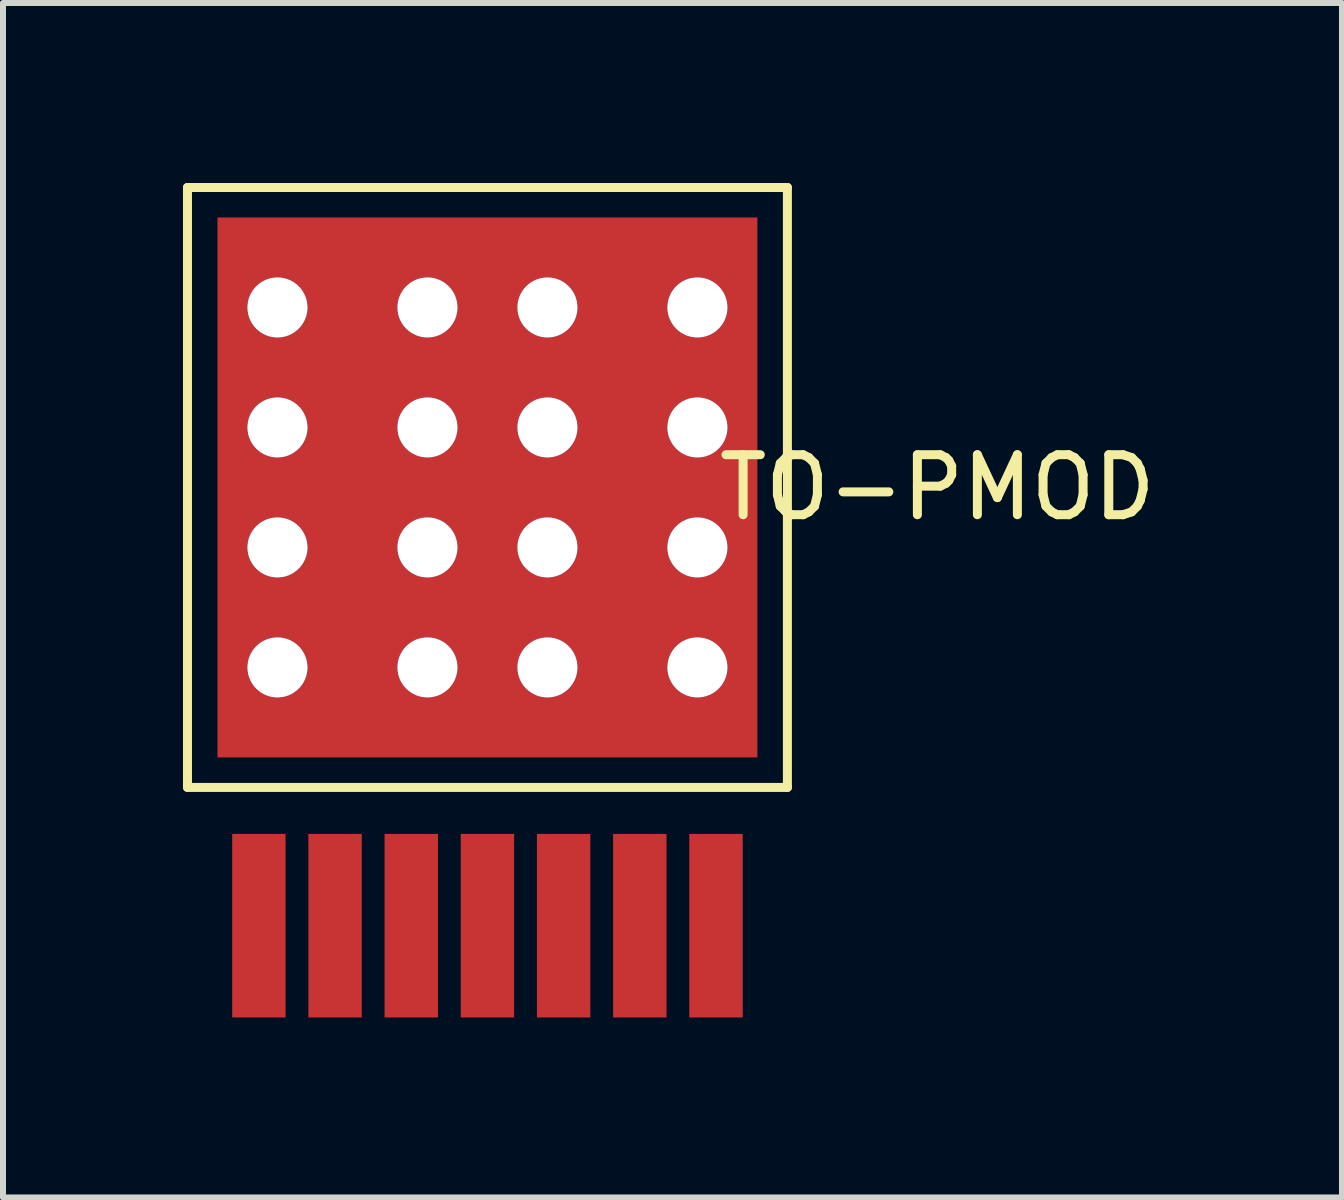
<source format=kicad_pcb>
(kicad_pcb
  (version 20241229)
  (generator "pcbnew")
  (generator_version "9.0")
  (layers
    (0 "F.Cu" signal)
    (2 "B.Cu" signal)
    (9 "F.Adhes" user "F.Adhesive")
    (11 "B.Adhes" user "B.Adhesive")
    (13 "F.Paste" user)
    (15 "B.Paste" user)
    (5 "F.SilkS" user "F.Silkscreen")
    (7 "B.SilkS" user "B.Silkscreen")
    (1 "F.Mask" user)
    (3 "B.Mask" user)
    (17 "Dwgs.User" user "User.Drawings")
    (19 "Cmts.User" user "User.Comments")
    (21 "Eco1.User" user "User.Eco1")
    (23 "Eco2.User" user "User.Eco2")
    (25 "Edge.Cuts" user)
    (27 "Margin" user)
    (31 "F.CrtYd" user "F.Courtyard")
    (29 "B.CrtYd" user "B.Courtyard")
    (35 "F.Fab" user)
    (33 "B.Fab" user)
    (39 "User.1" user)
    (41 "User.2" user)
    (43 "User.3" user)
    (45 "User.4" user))
  (footprint "TO-PMOD"
    (layer "F.Cu")
    (at 5.075 5.075)
    (property "Reference" "TO-PMOD" (at 7.5 0 0) (layer "F.SilkS") (effects (font (size 1 1) (thickness 0.15))))
    (attr through_hole)
    (fp_line (start -5 -5) (end 5 -5) (stroke (width 0.15) (type solid)) (layer "F.SilkS"))
    (fp_line (start -5 5) (end -5 -5) (stroke (width 0.15) (type solid)) (layer "F.SilkS"))
    (fp_line (start 5 -5) (end 5 5) (stroke (width 0.15) (type solid)) (layer "F.SilkS"))
    (fp_line (start 5 5) (end -5 5) (stroke (width 0.15) (type solid)) (layer "F.SilkS"))
    (pad "1" smd rect (at -3.81 7.305) (size 0.89 3.06) (layers "F.Cu" "F.Mask" "F.Paste"))
    (pad "2" smd rect (at -2.54 7.305) (size 0.89 3.06) (layers "F.Cu" "F.Mask" "F.Paste"))
    (pad "3" smd rect (at -1.27 7.305) (size 0.89 3.06) (layers "F.Cu" "F.Mask" "F.Paste"))
    (pad "4" smd rect (at 0 7.305) (size 0.89 3.06) (layers "F.Cu" "F.Mask" "F.Paste"))
    (pad "5" smd rect (at 1.27 7.305) (size 0.89 3.06) (layers "F.Cu" "F.Mask" "F.Paste"))
    (pad "6" smd rect (at 2.54 7.305) (size 0.89 3.06) (layers "F.Cu" "F.Mask" "F.Paste"))
    (pad "7" smd rect (at 3.81 7.305) (size 0.89 3.06) (layers "F.Cu" "F.Mask" "F.Paste"))
    (pad "8" smd rect (at 0 0) (size 9 9) (layers "F.Cu" "F.Mask" "F.Paste"))
    (pad "TV" thru_hole circle (at -3.5 -3) (size 1 1) (drill 1) (layers "*.Cu" "*.Mask"))
    (pad "TV" thru_hole circle (at -3.5 -1) (size 1 1) (drill 1) (layers "*.Cu" "*.Mask"))
    (pad "TV" thru_hole circle (at -3.5 1) (size 1 1) (drill 1) (layers "*.Cu" "*.Mask"))
    (pad "TV" thru_hole circle (at -3.5 3) (size 1 1) (drill 1) (layers "*.Cu" "*.Mask"))
    (pad "TV" thru_hole circle (at -1 -3) (size 1 1) (drill 1) (layers "*.Cu" "*.Mask"))
    (pad "TV" thru_hole circle (at -1 -1) (size 1 1) (drill 1) (layers "*.Cu" "*.Mask"))
    (pad "TV" thru_hole circle (at -1 1) (size 1 1) (drill 1) (layers "*.Cu" "*.Mask"))
    (pad "TV" thru_hole circle (at -1 3) (size 1 1) (drill 1) (layers "*.Cu" "*.Mask"))
    (pad "TV" thru_hole circle (at 1 -3) (size 1 1) (drill 1) (layers "*.Cu" "*.Mask"))
    (pad "TV" thru_hole circle (at 1 -1) (size 1 1) (drill 1) (layers "*.Cu" "*.Mask"))
    (pad "TV" thru_hole circle (at 1 1) (size 1 1) (drill 1) (layers "*.Cu" "*.Mask"))
    (pad "TV" thru_hole circle (at 1 3) (size 1 1) (drill 1) (layers "*.Cu" "*.Mask"))
    (pad "TV" thru_hole circle (at 3.5 -3) (size 1 1) (drill 1) (layers "*.Cu" "*.Mask"))
    (pad "TV" thru_hole circle (at 3.5 -1) (size 1 1) (drill 1) (layers "*.Cu" "*.Mask"))
    (pad "TV" thru_hole circle (at 3.5 1) (size 1 1) (drill 1) (layers "*.Cu" "*.Mask"))
    (pad "TV" thru_hole circle (at 3.5 3) (size 1 1) (drill 1) (layers "*.Cu" "*.Mask")))
  (gr_rect
    (start -3 -3)
    (end 19.319 16.91)
    (stroke (width 0.1) (type default))
    (fill no)
    (layer "Edge.Cuts")))
</source>
